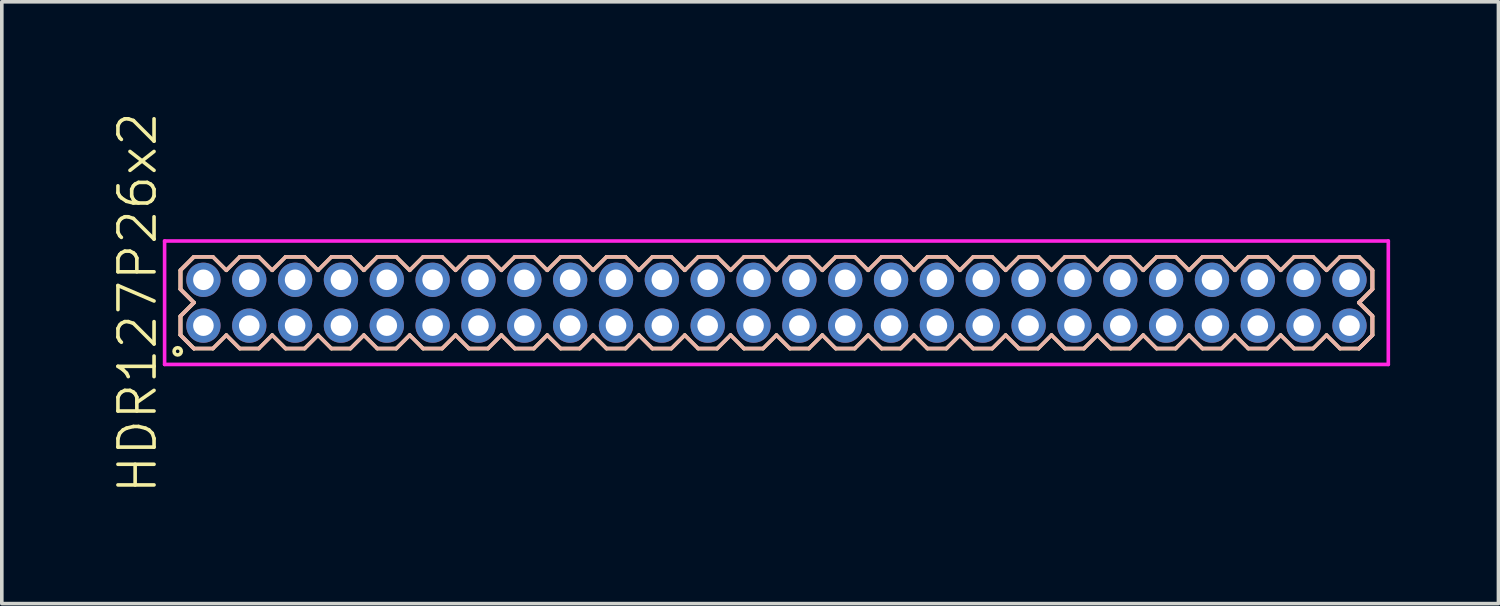
<source format=kicad_pcb>
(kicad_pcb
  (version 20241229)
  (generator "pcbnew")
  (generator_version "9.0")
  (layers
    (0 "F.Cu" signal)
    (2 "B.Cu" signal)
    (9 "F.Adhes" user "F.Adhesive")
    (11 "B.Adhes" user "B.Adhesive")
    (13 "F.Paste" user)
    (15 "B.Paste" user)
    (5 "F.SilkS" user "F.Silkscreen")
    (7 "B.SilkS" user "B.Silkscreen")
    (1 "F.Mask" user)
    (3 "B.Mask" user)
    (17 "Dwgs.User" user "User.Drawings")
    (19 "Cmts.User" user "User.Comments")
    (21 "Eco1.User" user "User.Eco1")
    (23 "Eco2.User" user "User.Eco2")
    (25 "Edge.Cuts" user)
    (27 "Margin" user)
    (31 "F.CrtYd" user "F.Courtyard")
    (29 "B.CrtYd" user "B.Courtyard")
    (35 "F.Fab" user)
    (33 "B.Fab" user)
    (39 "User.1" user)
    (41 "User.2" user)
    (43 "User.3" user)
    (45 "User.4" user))
  (footprint "HDR127P26x2"
    (layer "F.Cu")
    (at 18.46 5.336)
    (property "Reference" "HDR127P26x2" (at -17.7 0 90) (layer "F.SilkS") (effects (font (size 1 1) (thickness 0.1))))
    (attr through_hole)
    (fp_line (start -16.51 -0.898) (end -16.138 -1.27) (stroke (width 0.1) (type solid)) (layer "F.SilkS"))
    (fp_line (start -16.51 -0.898) (end -16.138 -1.27) (stroke (width 0.1) (type solid)) (layer "F.SilkS"))
    (fp_line (start -16.51 -0.372) (end -16.51 -0.898) (stroke (width 0.1) (type solid)) (layer "F.SilkS"))
    (fp_line (start -16.51 -0.372) (end -16.51 -0.898) (stroke (width 0.1) (type solid)) (layer "F.SilkS"))
    (fp_line (start -16.51 0.372) (end -16.138 0) (stroke (width 0.1) (type solid)) (layer "F.SilkS"))
    (fp_line (start -16.51 0.372) (end -16.138 0) (stroke (width 0.1) (type solid)) (layer "F.SilkS"))
    (fp_line (start -16.51 0.898) (end -16.51 0.372) (stroke (width 0.1) (type solid)) (layer "F.SilkS"))
    (fp_line (start -16.51 0.898) (end -16.51 0.372) (stroke (width 0.1) (type solid)) (layer "F.SilkS"))
    (fp_line (start -16.138 -1.27) (end -15.612 -1.27) (stroke (width 0.1) (type solid)) (layer "F.SilkS"))
    (fp_line (start -16.138 0) (end -16.51 -0.372) (stroke (width 0.1) (type solid)) (layer "F.SilkS"))
    (fp_line (start -16.138 0) (end -16.51 -0.372) (stroke (width 0.1) (type solid)) (layer "F.SilkS"))
    (fp_line (start -16.138 1.27) (end -16.51 0.898) (stroke (width 0.1) (type solid)) (layer "F.SilkS"))
    (fp_line (start -16.138 1.27) (end -16.51 0.898) (stroke (width 0.1) (type solid)) (layer "F.SilkS"))
    (fp_line (start -15.612 -1.27) (end -15.24 -0.898) (stroke (width 0.1) (type solid)) (layer "F.SilkS"))
    (fp_line (start -15.612 1.27) (end -16.138 1.27) (stroke (width 0.1) (type solid)) (layer "F.SilkS"))
    (fp_line (start -15.24 -0.898) (end -14.868 -1.27) (stroke (width 0.1) (type solid)) (layer "F.SilkS"))
    (fp_line (start -15.24 0.898) (end -15.612 1.27) (stroke (width 0.1) (type solid)) (layer "F.SilkS"))
    (fp_line (start -14.868 -1.27) (end -14.342 -1.27) (stroke (width 0.1) (type solid)) (layer "F.SilkS"))
    (fp_line (start -14.868 1.27) (end -15.24 0.898) (stroke (width 0.1) (type solid)) (layer "F.SilkS"))
    (fp_line (start -14.342 -1.27) (end -13.97 -0.898) (stroke (width 0.1) (type solid)) (layer "F.SilkS"))
    (fp_line (start -14.342 1.27) (end -14.868 1.27) (stroke (width 0.1) (type solid)) (layer "F.SilkS"))
    (fp_line (start -13.97 -0.898) (end -13.598 -1.27) (stroke (width 0.1) (type solid)) (layer "F.SilkS"))
    (fp_line (start -13.97 0.898) (end -14.342 1.27) (stroke (width 0.1) (type solid)) (layer "F.SilkS"))
    (fp_line (start -13.598 -1.27) (end -13.072 -1.27) (stroke (width 0.1) (type solid)) (layer "F.SilkS"))
    (fp_line (start -13.598 1.27) (end -13.97 0.898) (stroke (width 0.1) (type solid)) (layer "F.SilkS"))
    (fp_line (start -13.072 -1.27) (end -12.7 -0.898) (stroke (width 0.1) (type solid)) (layer "F.SilkS"))
    (fp_line (start -13.072 1.27) (end -13.598 1.27) (stroke (width 0.1) (type solid)) (layer "F.SilkS"))
    (fp_line (start -12.7 -0.898) (end -12.328 -1.27) (stroke (width 0.1) (type solid)) (layer "F.SilkS"))
    (fp_line (start -12.7 0.898) (end -13.072 1.27) (stroke (width 0.1) (type solid)) (layer "F.SilkS"))
    (fp_line (start -12.328 -1.27) (end -11.802 -1.27) (stroke (width 0.1) (type solid)) (layer "F.SilkS"))
    (fp_line (start -12.328 1.27) (end -12.7 0.898) (stroke (width 0.1) (type solid)) (layer "F.SilkS"))
    (fp_line (start -11.802 -1.27) (end -11.43 -0.898) (stroke (width 0.1) (type solid)) (layer "F.SilkS"))
    (fp_line (start -11.802 1.27) (end -12.328 1.27) (stroke (width 0.1) (type solid)) (layer "F.SilkS"))
    (fp_line (start -11.43 -0.898) (end -11.058 -1.27) (stroke (width 0.1) (type solid)) (layer "F.SilkS"))
    (fp_line (start -11.43 0.898) (end -11.802 1.27) (stroke (width 0.1) (type solid)) (layer "F.SilkS"))
    (fp_line (start -11.058 -1.27) (end -10.532 -1.27) (stroke (width 0.1) (type solid)) (layer "F.SilkS"))
    (fp_line (start -11.058 1.27) (end -11.43 0.898) (stroke (width 0.1) (type solid)) (layer "F.SilkS"))
    (fp_line (start -10.532 -1.27) (end -10.16 -0.898) (stroke (width 0.1) (type solid)) (layer "F.SilkS"))
    (fp_line (start -10.532 1.27) (end -11.058 1.27) (stroke (width 0.1) (type solid)) (layer "F.SilkS"))
    (fp_line (start -10.16 -0.898) (end -9.788 -1.27) (stroke (width 0.1) (type solid)) (layer "F.SilkS"))
    (fp_line (start -10.16 0.898) (end -10.532 1.27) (stroke (width 0.1) (type solid)) (layer "F.SilkS"))
    (fp_line (start -9.788 -1.27) (end -9.262 -1.27) (stroke (width 0.1) (type solid)) (layer "F.SilkS"))
    (fp_line (start -9.788 1.27) (end -10.16 0.898) (stroke (width 0.1) (type solid)) (layer "F.SilkS"))
    (fp_line (start -9.262 -1.27) (end -8.89 -0.898) (stroke (width 0.1) (type solid)) (layer "F.SilkS"))
    (fp_line (start -9.262 1.27) (end -9.788 1.27) (stroke (width 0.1) (type solid)) (layer "F.SilkS"))
    (fp_line (start -8.89 -0.898) (end -8.518 -1.27) (stroke (width 0.1) (type solid)) (layer "F.SilkS"))
    (fp_line (start -8.89 0.898) (end -9.262 1.27) (stroke (width 0.1) (type solid)) (layer "F.SilkS"))
    (fp_line (start -8.518 -1.27) (end -7.992 -1.27) (stroke (width 0.1) (type solid)) (layer "F.SilkS"))
    (fp_line (start -8.518 1.27) (end -8.89 0.898) (stroke (width 0.1) (type solid)) (layer "F.SilkS"))
    (fp_line (start -7.992 -1.27) (end -7.62 -0.898) (stroke (width 0.1) (type solid)) (layer "F.SilkS"))
    (fp_line (start -7.992 1.27) (end -8.518 1.27) (stroke (width 0.1) (type solid)) (layer "F.SilkS"))
    (fp_line (start -7.62 -0.898) (end -7.248 -1.27) (stroke (width 0.1) (type solid)) (layer "F.SilkS"))
    (fp_line (start -7.62 0.898) (end -7.992 1.27) (stroke (width 0.1) (type solid)) (layer "F.SilkS"))
    (fp_line (start -7.248 -1.27) (end -6.722 -1.27) (stroke (width 0.1) (type solid)) (layer "F.SilkS"))
    (fp_line (start -7.248 1.27) (end -7.62 0.898) (stroke (width 0.1) (type solid)) (layer "F.SilkS"))
    (fp_line (start -6.722 -1.27) (end -6.35 -0.898) (stroke (width 0.1) (type solid)) (layer "F.SilkS"))
    (fp_line (start -6.722 1.27) (end -7.248 1.27) (stroke (width 0.1) (type solid)) (layer "F.SilkS"))
    (fp_line (start -6.35 -0.898) (end -5.978 -1.27) (stroke (width 0.1) (type solid)) (layer "F.SilkS"))
    (fp_line (start -6.35 0.898) (end -6.722 1.27) (stroke (width 0.1) (type solid)) (layer "F.SilkS"))
    (fp_line (start -5.978 -1.27) (end -5.452 -1.27) (stroke (width 0.1) (type solid)) (layer "F.SilkS"))
    (fp_line (start -5.978 1.27) (end -6.35 0.898) (stroke (width 0.1) (type solid)) (layer "F.SilkS"))
    (fp_line (start -5.452 -1.27) (end -5.08 -0.898) (stroke (width 0.1) (type solid)) (layer "F.SilkS"))
    (fp_line (start -5.452 1.27) (end -5.978 1.27) (stroke (width 0.1) (type solid)) (layer "F.SilkS"))
    (fp_line (start -5.08 -0.898) (end -4.708 -1.27) (stroke (width 0.1) (type solid)) (layer "F.SilkS"))
    (fp_line (start -5.08 0.898) (end -5.452 1.27) (stroke (width 0.1) (type solid)) (layer "F.SilkS"))
    (fp_line (start -4.708 -1.27) (end -4.182 -1.27) (stroke (width 0.1) (type solid)) (layer "F.SilkS"))
    (fp_line (start -4.708 1.27) (end -5.08 0.898) (stroke (width 0.1) (type solid)) (layer "F.SilkS"))
    (fp_line (start -4.182 -1.27) (end -3.81 -0.898) (stroke (width 0.1) (type solid)) (layer "F.SilkS"))
    (fp_line (start -4.182 1.27) (end -4.708 1.27) (stroke (width 0.1) (type solid)) (layer "F.SilkS"))
    (fp_line (start -3.81 -0.898) (end -3.438 -1.27) (stroke (width 0.1) (type solid)) (layer "F.SilkS"))
    (fp_line (start -3.81 0.898) (end -4.182 1.27) (stroke (width 0.1) (type solid)) (layer "F.SilkS"))
    (fp_line (start -3.438 -1.27) (end -2.912 -1.27) (stroke (width 0.1) (type solid)) (layer "F.SilkS"))
    (fp_line (start -3.438 1.27) (end -3.81 0.898) (stroke (width 0.1) (type solid)) (layer "F.SilkS"))
    (fp_line (start -2.912 -1.27) (end -2.54 -0.898) (stroke (width 0.1) (type solid)) (layer "F.SilkS"))
    (fp_line (start -2.912 1.27) (end -3.438 1.27) (stroke (width 0.1) (type solid)) (layer "F.SilkS"))
    (fp_line (start -2.54 -0.898) (end -2.168 -1.27) (stroke (width 0.1) (type solid)) (layer "F.SilkS"))
    (fp_line (start -2.54 0.898) (end -2.912 1.27) (stroke (width 0.1) (type solid)) (layer "F.SilkS"))
    (fp_line (start -2.168 -1.27) (end -1.642 -1.27) (stroke (width 0.1) (type solid)) (layer "F.SilkS"))
    (fp_line (start -2.168 1.27) (end -2.54 0.898) (stroke (width 0.1) (type solid)) (layer "F.SilkS"))
    (fp_line (start -1.642 -1.27) (end -1.27 -0.898) (stroke (width 0.1) (type solid)) (layer "F.SilkS"))
    (fp_line (start -1.642 1.27) (end -2.168 1.27) (stroke (width 0.1) (type solid)) (layer "F.SilkS"))
    (fp_line (start -1.27 -0.898) (end -0.898 -1.27) (stroke (width 0.1) (type solid)) (layer "F.SilkS"))
    (fp_line (start -1.27 0.898) (end -1.642 1.27) (stroke (width 0.1) (type solid)) (layer "F.SilkS"))
    (fp_line (start -0.898 -1.27) (end -0.372 -1.27) (stroke (width 0.1) (type solid)) (layer "F.SilkS"))
    (fp_line (start -0.898 1.27) (end -1.27 0.898) (stroke (width 0.1) (type solid)) (layer "F.SilkS"))
    (fp_line (start -0.372 -1.27) (end 0 -0.898) (stroke (width 0.1) (type solid)) (layer "F.SilkS"))
    (fp_line (start -0.372 1.27) (end -0.898 1.27) (stroke (width 0.1) (type solid)) (layer "F.SilkS"))
    (fp_line (start 0 -0.898) (end 0.372 -1.27) (stroke (width 0.1) (type solid)) (layer "F.SilkS"))
    (fp_line (start 0 0.898) (end -0.372 1.27) (stroke (width 0.1) (type solid)) (layer "F.SilkS"))
    (fp_line (start 0.372 -1.27) (end 0.898 -1.27) (stroke (width 0.1) (type solid)) (layer "F.SilkS"))
    (fp_line (start 0.372 1.27) (end 0 0.898) (stroke (width 0.1) (type solid)) (layer "F.SilkS"))
    (fp_line (start 0.898 -1.27) (end 1.27 -0.898) (stroke (width 0.1) (type solid)) (layer "F.SilkS"))
    (fp_line (start 0.898 1.27) (end 0.372 1.27) (stroke (width 0.1) (type solid)) (layer "F.SilkS"))
    (fp_line (start 1.27 -0.898) (end 1.642 -1.27) (stroke (width 0.1) (type solid)) (layer "F.SilkS"))
    (fp_line (start 1.27 0.898) (end 0.898 1.27) (stroke (width 0.1) (type solid)) (layer "F.SilkS"))
    (fp_line (start 1.642 -1.27) (end 2.168 -1.27) (stroke (width 0.1) (type solid)) (layer "F.SilkS"))
    (fp_line (start 1.642 1.27) (end 1.27 0.898) (stroke (width 0.1) (type solid)) (layer "F.SilkS"))
    (fp_line (start 2.168 -1.27) (end 2.54 -0.898) (stroke (width 0.1) (type solid)) (layer "F.SilkS"))
    (fp_line (start 2.168 1.27) (end 1.642 1.27) (stroke (width 0.1) (type solid)) (layer "F.SilkS"))
    (fp_line (start 2.54 -0.898) (end 2.912 -1.27) (stroke (width 0.1) (type solid)) (layer "F.SilkS"))
    (fp_line (start 2.54 0.898) (end 2.168 1.27) (stroke (width 0.1) (type solid)) (layer "F.SilkS"))
    (fp_line (start 2.912 -1.27) (end 3.438 -1.27) (stroke (width 0.1) (type solid)) (layer "F.SilkS"))
    (fp_line (start 2.912 1.27) (end 2.54 0.898) (stroke (width 0.1) (type solid)) (layer "F.SilkS"))
    (fp_line (start 3.438 -1.27) (end 3.81 -0.898) (stroke (width 0.1) (type solid)) (layer "F.SilkS"))
    (fp_line (start 3.438 1.27) (end 2.912 1.27) (stroke (width 0.1) (type solid)) (layer "F.SilkS"))
    (fp_line (start 3.81 -0.898) (end 4.182 -1.27) (stroke (width 0.1) (type solid)) (layer "F.SilkS"))
    (fp_line (start 3.81 0.898) (end 3.438 1.27) (stroke (width 0.1) (type solid)) (layer "F.SilkS"))
    (fp_line (start 4.182 -1.27) (end 4.708 -1.27) (stroke (width 0.1) (type solid)) (layer "F.SilkS"))
    (fp_line (start 4.182 1.27) (end 3.81 0.898) (stroke (width 0.1) (type solid)) (layer "F.SilkS"))
    (fp_line (start 4.708 -1.27) (end 5.08 -0.898) (stroke (width 0.1) (type solid)) (layer "F.SilkS"))
    (fp_line (start 4.708 1.27) (end 4.182 1.27) (stroke (width 0.1) (type solid)) (layer "F.SilkS"))
    (fp_line (start 5.08 -0.898) (end 5.452 -1.27) (stroke (width 0.1) (type solid)) (layer "F.SilkS"))
    (fp_line (start 5.08 0.898) (end 4.708 1.27) (stroke (width 0.1) (type solid)) (layer "F.SilkS"))
    (fp_line (start 5.452 -1.27) (end 5.978 -1.27) (stroke (width 0.1) (type solid)) (layer "F.SilkS"))
    (fp_line (start 5.452 1.27) (end 5.08 0.898) (stroke (width 0.1) (type solid)) (layer "F.SilkS"))
    (fp_line (start 5.978 -1.27) (end 6.35 -0.898) (stroke (width 0.1) (type solid)) (layer "F.SilkS"))
    (fp_line (start 5.978 1.27) (end 5.452 1.27) (stroke (width 0.1) (type solid)) (layer "F.SilkS"))
    (fp_line (start 6.35 -0.898) (end 6.722 -1.27) (stroke (width 0.1) (type solid)) (layer "F.SilkS"))
    (fp_line (start 6.35 0.898) (end 5.978 1.27) (stroke (width 0.1) (type solid)) (layer "F.SilkS"))
    (fp_line (start 6.722 -1.27) (end 7.248 -1.27) (stroke (width 0.1) (type solid)) (layer "F.SilkS"))
    (fp_line (start 6.722 1.27) (end 6.35 0.898) (stroke (width 0.1) (type solid)) (layer "F.SilkS"))
    (fp_line (start 7.248 -1.27) (end 7.62 -0.898) (stroke (width 0.1) (type solid)) (layer "F.SilkS"))
    (fp_line (start 7.248 1.27) (end 6.722 1.27) (stroke (width 0.1) (type solid)) (layer "F.SilkS"))
    (fp_line (start 7.62 -0.898) (end 7.992 -1.27) (stroke (width 0.1) (type solid)) (layer "F.SilkS"))
    (fp_line (start 7.62 0.898) (end 7.248 1.27) (stroke (width 0.1) (type solid)) (layer "F.SilkS"))
    (fp_line (start 7.992 -1.27) (end 8.518 -1.27) (stroke (width 0.1) (type solid)) (layer "F.SilkS"))
    (fp_line (start 7.992 1.27) (end 7.62 0.898) (stroke (width 0.1) (type solid)) (layer "F.SilkS"))
    (fp_line (start 8.518 -1.27) (end 8.89 -0.898) (stroke (width 0.1) (type solid)) (layer "F.SilkS"))
    (fp_line (start 8.518 1.27) (end 7.992 1.27) (stroke (width 0.1) (type solid)) (layer "F.SilkS"))
    (fp_line (start 8.89 -0.898) (end 9.262 -1.27) (stroke (width 0.1) (type solid)) (layer "F.SilkS"))
    (fp_line (start 8.89 0.898) (end 8.518 1.27) (stroke (width 0.1) (type solid)) (layer "F.SilkS"))
    (fp_line (start 9.262 -1.27) (end 9.788 -1.27) (stroke (width 0.1) (type solid)) (layer "F.SilkS"))
    (fp_line (start 9.262 1.27) (end 8.89 0.898) (stroke (width 0.1) (type solid)) (layer "F.SilkS"))
    (fp_line (start 9.788 -1.27) (end 10.16 -0.898) (stroke (width 0.1) (type solid)) (layer "F.SilkS"))
    (fp_line (start 9.788 1.27) (end 9.262 1.27) (stroke (width 0.1) (type solid)) (layer "F.SilkS"))
    (fp_line (start 10.16 -0.898) (end 10.532 -1.27) (stroke (width 0.1) (type solid)) (layer "F.SilkS"))
    (fp_line (start 10.16 0.898) (end 9.788 1.27) (stroke (width 0.1) (type solid)) (layer "F.SilkS"))
    (fp_line (start 10.532 -1.27) (end 11.058 -1.27) (stroke (width 0.1) (type solid)) (layer "F.SilkS"))
    (fp_line (start 10.532 1.27) (end 10.16 0.898) (stroke (width 0.1) (type solid)) (layer "F.SilkS"))
    (fp_line (start 11.058 -1.27) (end 11.43 -0.898) (stroke (width 0.1) (type solid)) (layer "F.SilkS"))
    (fp_line (start 11.058 1.27) (end 10.532 1.27) (stroke (width 0.1) (type solid)) (layer "F.SilkS"))
    (fp_line (start 11.43 -0.898) (end 11.802 -1.27) (stroke (width 0.1) (type solid)) (layer "F.SilkS"))
    (fp_line (start 11.43 0.898) (end 11.058 1.27) (stroke (width 0.1) (type solid)) (layer "F.SilkS"))
    (fp_line (start 11.802 -1.27) (end 12.328 -1.27) (stroke (width 0.1) (type solid)) (layer "F.SilkS"))
    (fp_line (start 11.802 1.27) (end 11.43 0.898) (stroke (width 0.1) (type solid)) (layer "F.SilkS"))
    (fp_line (start 12.328 -1.27) (end 12.7 -0.898) (stroke (width 0.1) (type solid)) (layer "F.SilkS"))
    (fp_line (start 12.328 1.27) (end 11.802 1.27) (stroke (width 0.1) (type solid)) (layer "F.SilkS"))
    (fp_line (start 12.7 -0.898) (end 13.072 -1.27) (stroke (width 0.1) (type solid)) (layer "F.SilkS"))
    (fp_line (start 12.7 0.898) (end 12.328 1.27) (stroke (width 0.1) (type solid)) (layer "F.SilkS"))
    (fp_line (start 13.072 -1.27) (end 13.598 -1.27) (stroke (width 0.1) (type solid)) (layer "F.SilkS"))
    (fp_line (start 13.072 1.27) (end 12.7 0.898) (stroke (width 0.1) (type solid)) (layer "F.SilkS"))
    (fp_line (start 13.598 -1.27) (end 13.97 -0.898) (stroke (width 0.1) (type solid)) (layer "F.SilkS"))
    (fp_line (start 13.598 1.27) (end 13.072 1.27) (stroke (width 0.1) (type solid)) (layer "F.SilkS"))
    (fp_line (start 13.97 -0.898) (end 14.342 -1.27) (stroke (width 0.1) (type solid)) (layer "F.SilkS"))
    (fp_line (start 13.97 0.898) (end 13.598 1.27) (stroke (width 0.1) (type solid)) (layer "F.SilkS"))
    (fp_line (start 14.342 -1.27) (end 14.868 -1.27) (stroke (width 0.1) (type solid)) (layer "F.SilkS"))
    (fp_line (start 14.342 1.27) (end 13.97 0.898) (stroke (width 0.1) (type solid)) (layer "F.SilkS"))
    (fp_line (start 14.868 -1.27) (end 15.24 -0.898) (stroke (width 0.1) (type solid)) (layer "F.SilkS"))
    (fp_line (start 14.868 1.27) (end 14.342 1.27) (stroke (width 0.1) (type solid)) (layer "F.SilkS"))
    (fp_line (start 15.24 -0.898) (end 15.612 -1.27) (stroke (width 0.1) (type solid)) (layer "F.SilkS"))
    (fp_line (start 15.24 0.898) (end 14.868 1.27) (stroke (width 0.1) (type solid)) (layer "F.SilkS"))
    (fp_line (start 15.612 -1.27) (end 16.138 -1.27) (stroke (width 0.1) (type solid)) (layer "F.SilkS"))
    (fp_line (start 15.612 1.27) (end 15.24 0.898) (stroke (width 0.1) (type solid)) (layer "F.SilkS"))
    (fp_line (start 16.138 -1.27) (end 16.51 -0.898) (stroke (width 0.1) (type solid)) (layer "F.SilkS"))
    (fp_line (start 16.138 -1.27) (end 16.51 -0.898) (stroke (width 0.1) (type solid)) (layer "F.SilkS"))
    (fp_line (start 16.138 0) (end 16.51 0.372) (stroke (width 0.1) (type solid)) (layer "F.SilkS"))
    (fp_line (start 16.138 0) (end 16.51 0.372) (stroke (width 0.1) (type solid)) (layer "F.SilkS"))
    (fp_line (start 16.138 1.27) (end 15.612 1.27) (stroke (width 0.1) (type solid)) (layer "F.SilkS"))
    (fp_line (start 16.51 -0.898) (end 16.51 -0.372) (stroke (width 0.1) (type solid)) (layer "F.SilkS"))
    (fp_line (start 16.51 -0.898) (end 16.51 -0.372) (stroke (width 0.1) (type solid)) (layer "F.SilkS"))
    (fp_line (start 16.51 -0.372) (end 16.138 0) (stroke (width 0.1) (type solid)) (layer "F.SilkS"))
    (fp_line (start 16.51 -0.372) (end 16.138 0) (stroke (width 0.1) (type solid)) (layer "F.SilkS"))
    (fp_line (start 16.51 0.372) (end 16.51 0.898) (stroke (width 0.1) (type solid)) (layer "F.SilkS"))
    (fp_line (start 16.51 0.372) (end 16.51 0.898) (stroke (width 0.1) (type solid)) (layer "F.SilkS"))
    (fp_line (start 16.51 0.898) (end 16.138 1.27) (stroke (width 0.1) (type solid)) (layer "F.SilkS"))
    (fp_line (start 16.51 0.898) (end 16.138 1.27) (stroke (width 0.1) (type solid)) (layer "F.SilkS"))
    (fp_circle (center -16.588 1.347) (end -16.488 1.347) (stroke (width 0.1) (type solid)) (fill no) (layer "F.SilkS"))
    (fp_line (start -16.51 -0.898) (end -16.138 -1.27) (stroke (width 0.1) (type solid)) (layer "B.SilkS"))
    (fp_line (start -16.51 -0.898) (end -16.138 -1.27) (stroke (width 0.1) (type solid)) (layer "B.SilkS"))
    (fp_line (start -16.51 -0.372) (end -16.51 -0.898) (stroke (width 0.1) (type solid)) (layer "B.SilkS"))
    (fp_line (start -16.51 -0.372) (end -16.51 -0.898) (stroke (width 0.1) (type solid)) (layer "B.SilkS"))
    (fp_line (start -16.51 0.372) (end -16.138 0) (stroke (width 0.1) (type solid)) (layer "B.SilkS"))
    (fp_line (start -16.51 0.372) (end -16.138 0) (stroke (width 0.1) (type solid)) (layer "B.SilkS"))
    (fp_line (start -16.51 0.898) (end -16.51 0.372) (stroke (width 0.1) (type solid)) (layer "B.SilkS"))
    (fp_line (start -16.51 0.898) (end -16.51 0.372) (stroke (width 0.1) (type solid)) (layer "B.SilkS"))
    (fp_line (start -16.138 -1.27) (end -15.612 -1.27) (stroke (width 0.1) (type solid)) (layer "B.SilkS"))
    (fp_line (start -16.138 0) (end -16.51 -0.372) (stroke (width 0.1) (type solid)) (layer "B.SilkS"))
    (fp_line (start -16.138 0) (end -16.51 -0.372) (stroke (width 0.1) (type solid)) (layer "B.SilkS"))
    (fp_line (start -16.138 1.27) (end -16.51 0.898) (stroke (width 0.1) (type solid)) (layer "B.SilkS"))
    (fp_line (start -16.138 1.27) (end -16.51 0.898) (stroke (width 0.1) (type solid)) (layer "B.SilkS"))
    (fp_line (start -15.612 -1.27) (end -15.24 -0.898) (stroke (width 0.1) (type solid)) (layer "B.SilkS"))
    (fp_line (start -15.612 1.27) (end -16.138 1.27) (stroke (width 0.1) (type solid)) (layer "B.SilkS"))
    (fp_line (start -15.24 -0.898) (end -14.868 -1.27) (stroke (width 0.1) (type solid)) (layer "B.SilkS"))
    (fp_line (start -15.24 0.898) (end -15.612 1.27) (stroke (width 0.1) (type solid)) (layer "B.SilkS"))
    (fp_line (start -14.868 -1.27) (end -14.342 -1.27) (stroke (width 0.1) (type solid)) (layer "B.SilkS"))
    (fp_line (start -14.868 1.27) (end -15.24 0.898) (stroke (width 0.1) (type solid)) (layer "B.SilkS"))
    (fp_line (start -14.342 -1.27) (end -13.97 -0.898) (stroke (width 0.1) (type solid)) (layer "B.SilkS"))
    (fp_line (start -14.342 1.27) (end -14.868 1.27) (stroke (width 0.1) (type solid)) (layer "B.SilkS"))
    (fp_line (start -13.97 -0.898) (end -13.598 -1.27) (stroke (width 0.1) (type solid)) (layer "B.SilkS"))
    (fp_line (start -13.97 0.898) (end -14.342 1.27) (stroke (width 0.1) (type solid)) (layer "B.SilkS"))
    (fp_line (start -13.598 -1.27) (end -13.072 -1.27) (stroke (width 0.1) (type solid)) (layer "B.SilkS"))
    (fp_line (start -13.598 1.27) (end -13.97 0.898) (stroke (width 0.1) (type solid)) (layer "B.SilkS"))
    (fp_line (start -13.072 -1.27) (end -12.7 -0.898) (stroke (width 0.1) (type solid)) (layer "B.SilkS"))
    (fp_line (start -13.072 1.27) (end -13.598 1.27) (stroke (width 0.1) (type solid)) (layer "B.SilkS"))
    (fp_line (start -12.7 -0.898) (end -12.328 -1.27) (stroke (width 0.1) (type solid)) (layer "B.SilkS"))
    (fp_line (start -12.7 0.898) (end -13.072 1.27) (stroke (width 0.1) (type solid)) (layer "B.SilkS"))
    (fp_line (start -12.328 -1.27) (end -11.802 -1.27) (stroke (width 0.1) (type solid)) (layer "B.SilkS"))
    (fp_line (start -12.328 1.27) (end -12.7 0.898) (stroke (width 0.1) (type solid)) (layer "B.SilkS"))
    (fp_line (start -11.802 -1.27) (end -11.43 -0.898) (stroke (width 0.1) (type solid)) (layer "B.SilkS"))
    (fp_line (start -11.802 1.27) (end -12.328 1.27) (stroke (width 0.1) (type solid)) (layer "B.SilkS"))
    (fp_line (start -11.43 -0.898) (end -11.058 -1.27) (stroke (width 0.1) (type solid)) (layer "B.SilkS"))
    (fp_line (start -11.43 0.898) (end -11.802 1.27) (stroke (width 0.1) (type solid)) (layer "B.SilkS"))
    (fp_line (start -11.058 -1.27) (end -10.532 -1.27) (stroke (width 0.1) (type solid)) (layer "B.SilkS"))
    (fp_line (start -11.058 1.27) (end -11.43 0.898) (stroke (width 0.1) (type solid)) (layer "B.SilkS"))
    (fp_line (start -10.532 -1.27) (end -10.16 -0.898) (stroke (width 0.1) (type solid)) (layer "B.SilkS"))
    (fp_line (start -10.532 1.27) (end -11.058 1.27) (stroke (width 0.1) (type solid)) (layer "B.SilkS"))
    (fp_line (start -10.16 -0.898) (end -9.788 -1.27) (stroke (width 0.1) (type solid)) (layer "B.SilkS"))
    (fp_line (start -10.16 0.898) (end -10.532 1.27) (stroke (width 0.1) (type solid)) (layer "B.SilkS"))
    (fp_line (start -9.788 -1.27) (end -9.262 -1.27) (stroke (width 0.1) (type solid)) (layer "B.SilkS"))
    (fp_line (start -9.788 1.27) (end -10.16 0.898) (stroke (width 0.1) (type solid)) (layer "B.SilkS"))
    (fp_line (start -9.262 -1.27) (end -8.89 -0.898) (stroke (width 0.1) (type solid)) (layer "B.SilkS"))
    (fp_line (start -9.262 1.27) (end -9.788 1.27) (stroke (width 0.1) (type solid)) (layer "B.SilkS"))
    (fp_line (start -8.89 -0.898) (end -8.518 -1.27) (stroke (width 0.1) (type solid)) (layer "B.SilkS"))
    (fp_line (start -8.89 0.898) (end -9.262 1.27) (stroke (width 0.1) (type solid)) (layer "B.SilkS"))
    (fp_line (start -8.518 -1.27) (end -7.992 -1.27) (stroke (width 0.1) (type solid)) (layer "B.SilkS"))
    (fp_line (start -8.518 1.27) (end -8.89 0.898) (stroke (width 0.1) (type solid)) (layer "B.SilkS"))
    (fp_line (start -7.992 -1.27) (end -7.62 -0.898) (stroke (width 0.1) (type solid)) (layer "B.SilkS"))
    (fp_line (start -7.992 1.27) (end -8.518 1.27) (stroke (width 0.1) (type solid)) (layer "B.SilkS"))
    (fp_line (start -7.62 -0.898) (end -7.248 -1.27) (stroke (width 0.1) (type solid)) (layer "B.SilkS"))
    (fp_line (start -7.62 0.898) (end -7.992 1.27) (stroke (width 0.1) (type solid)) (layer "B.SilkS"))
    (fp_line (start -7.248 -1.27) (end -6.722 -1.27) (stroke (width 0.1) (type solid)) (layer "B.SilkS"))
    (fp_line (start -7.248 1.27) (end -7.62 0.898) (stroke (width 0.1) (type solid)) (layer "B.SilkS"))
    (fp_line (start -6.722 -1.27) (end -6.35 -0.898) (stroke (width 0.1) (type solid)) (layer "B.SilkS"))
    (fp_line (start -6.722 1.27) (end -7.248 1.27) (stroke (width 0.1) (type solid)) (layer "B.SilkS"))
    (fp_line (start -6.35 -0.898) (end -5.978 -1.27) (stroke (width 0.1) (type solid)) (layer "B.SilkS"))
    (fp_line (start -6.35 0.898) (end -6.722 1.27) (stroke (width 0.1) (type solid)) (layer "B.SilkS"))
    (fp_line (start -5.978 -1.27) (end -5.452 -1.27) (stroke (width 0.1) (type solid)) (layer "B.SilkS"))
    (fp_line (start -5.978 1.27) (end -6.35 0.898) (stroke (width 0.1) (type solid)) (layer "B.SilkS"))
    (fp_line (start -5.452 -1.27) (end -5.08 -0.898) (stroke (width 0.1) (type solid)) (layer "B.SilkS"))
    (fp_line (start -5.452 1.27) (end -5.978 1.27) (stroke (width 0.1) (type solid)) (layer "B.SilkS"))
    (fp_line (start -5.08 -0.898) (end -4.708 -1.27) (stroke (width 0.1) (type solid)) (layer "B.SilkS"))
    (fp_line (start -5.08 0.898) (end -5.452 1.27) (stroke (width 0.1) (type solid)) (layer "B.SilkS"))
    (fp_line (start -4.708 -1.27) (end -4.182 -1.27) (stroke (width 0.1) (type solid)) (layer "B.SilkS"))
    (fp_line (start -4.708 1.27) (end -5.08 0.898) (stroke (width 0.1) (type solid)) (layer "B.SilkS"))
    (fp_line (start -4.182 -1.27) (end -3.81 -0.898) (stroke (width 0.1) (type solid)) (layer "B.SilkS"))
    (fp_line (start -4.182 1.27) (end -4.708 1.27) (stroke (width 0.1) (type solid)) (layer "B.SilkS"))
    (fp_line (start -3.81 -0.898) (end -3.438 -1.27) (stroke (width 0.1) (type solid)) (layer "B.SilkS"))
    (fp_line (start -3.81 0.898) (end -4.182 1.27) (stroke (width 0.1) (type solid)) (layer "B.SilkS"))
    (fp_line (start -3.438 -1.27) (end -2.912 -1.27) (stroke (width 0.1) (type solid)) (layer "B.SilkS"))
    (fp_line (start -3.438 1.27) (end -3.81 0.898) (stroke (width 0.1) (type solid)) (layer "B.SilkS"))
    (fp_line (start -2.912 -1.27) (end -2.54 -0.898) (stroke (width 0.1) (type solid)) (layer "B.SilkS"))
    (fp_line (start -2.912 1.27) (end -3.438 1.27) (stroke (width 0.1) (type solid)) (layer "B.SilkS"))
    (fp_line (start -2.54 -0.898) (end -2.168 -1.27) (stroke (width 0.1) (type solid)) (layer "B.SilkS"))
    (fp_line (start -2.54 0.898) (end -2.912 1.27) (stroke (width 0.1) (type solid)) (layer "B.SilkS"))
    (fp_line (start -2.168 -1.27) (end -1.642 -1.27) (stroke (width 0.1) (type solid)) (layer "B.SilkS"))
    (fp_line (start -2.168 1.27) (end -2.54 0.898) (stroke (width 0.1) (type solid)) (layer "B.SilkS"))
    (fp_line (start -1.642 -1.27) (end -1.27 -0.898) (stroke (width 0.1) (type solid)) (layer "B.SilkS"))
    (fp_line (start -1.642 1.27) (end -2.168 1.27) (stroke (width 0.1) (type solid)) (layer "B.SilkS"))
    (fp_line (start -1.27 -0.898) (end -0.898 -1.27) (stroke (width 0.1) (type solid)) (layer "B.SilkS"))
    (fp_line (start -1.27 0.898) (end -1.642 1.27) (stroke (width 0.1) (type solid)) (layer "B.SilkS"))
    (fp_line (start -0.898 -1.27) (end -0.372 -1.27) (stroke (width 0.1) (type solid)) (layer "B.SilkS"))
    (fp_line (start -0.898 1.27) (end -1.27 0.898) (stroke (width 0.1) (type solid)) (layer "B.SilkS"))
    (fp_line (start -0.372 -1.27) (end 0 -0.898) (stroke (width 0.1) (type solid)) (layer "B.SilkS"))
    (fp_line (start -0.372 1.27) (end -0.898 1.27) (stroke (width 0.1) (type solid)) (layer "B.SilkS"))
    (fp_line (start 0 -0.898) (end 0.372 -1.27) (stroke (width 0.1) (type solid)) (layer "B.SilkS"))
    (fp_line (start 0 0.898) (end -0.372 1.27) (stroke (width 0.1) (type solid)) (layer "B.SilkS"))
    (fp_line (start 0.372 -1.27) (end 0.898 -1.27) (stroke (width 0.1) (type solid)) (layer "B.SilkS"))
    (fp_line (start 0.372 1.27) (end 0 0.898) (stroke (width 0.1) (type solid)) (layer "B.SilkS"))
    (fp_line (start 0.898 -1.27) (end 1.27 -0.898) (stroke (width 0.1) (type solid)) (layer "B.SilkS"))
    (fp_line (start 0.898 1.27) (end 0.372 1.27) (stroke (width 0.1) (type solid)) (layer "B.SilkS"))
    (fp_line (start 1.27 -0.898) (end 1.642 -1.27) (stroke (width 0.1) (type solid)) (layer "B.SilkS"))
    (fp_line (start 1.27 0.898) (end 0.898 1.27) (stroke (width 0.1) (type solid)) (layer "B.SilkS"))
    (fp_line (start 1.642 -1.27) (end 2.168 -1.27) (stroke (width 0.1) (type solid)) (layer "B.SilkS"))
    (fp_line (start 1.642 1.27) (end 1.27 0.898) (stroke (width 0.1) (type solid)) (layer "B.SilkS"))
    (fp_line (start 2.168 -1.27) (end 2.54 -0.898) (stroke (width 0.1) (type solid)) (layer "B.SilkS"))
    (fp_line (start 2.168 1.27) (end 1.642 1.27) (stroke (width 0.1) (type solid)) (layer "B.SilkS"))
    (fp_line (start 2.54 -0.898) (end 2.912 -1.27) (stroke (width 0.1) (type solid)) (layer "B.SilkS"))
    (fp_line (start 2.54 0.898) (end 2.168 1.27) (stroke (width 0.1) (type solid)) (layer "B.SilkS"))
    (fp_line (start 2.912 -1.27) (end 3.438 -1.27) (stroke (width 0.1) (type solid)) (layer "B.SilkS"))
    (fp_line (start 2.912 1.27) (end 2.54 0.898) (stroke (width 0.1) (type solid)) (layer "B.SilkS"))
    (fp_line (start 3.438 -1.27) (end 3.81 -0.898) (stroke (width 0.1) (type solid)) (layer "B.SilkS"))
    (fp_line (start 3.438 1.27) (end 2.912 1.27) (stroke (width 0.1) (type solid)) (layer "B.SilkS"))
    (fp_line (start 3.81 -0.898) (end 4.182 -1.27) (stroke (width 0.1) (type solid)) (layer "B.SilkS"))
    (fp_line (start 3.81 0.898) (end 3.438 1.27) (stroke (width 0.1) (type solid)) (layer "B.SilkS"))
    (fp_line (start 4.182 -1.27) (end 4.708 -1.27) (stroke (width 0.1) (type solid)) (layer "B.SilkS"))
    (fp_line (start 4.182 1.27) (end 3.81 0.898) (stroke (width 0.1) (type solid)) (layer "B.SilkS"))
    (fp_line (start 4.708 -1.27) (end 5.08 -0.898) (stroke (width 0.1) (type solid)) (layer "B.SilkS"))
    (fp_line (start 4.708 1.27) (end 4.182 1.27) (stroke (width 0.1) (type solid)) (layer "B.SilkS"))
    (fp_line (start 5.08 -0.898) (end 5.452 -1.27) (stroke (width 0.1) (type solid)) (layer "B.SilkS"))
    (fp_line (start 5.08 0.898) (end 4.708 1.27) (stroke (width 0.1) (type solid)) (layer "B.SilkS"))
    (fp_line (start 5.452 -1.27) (end 5.978 -1.27) (stroke (width 0.1) (type solid)) (layer "B.SilkS"))
    (fp_line (start 5.452 1.27) (end 5.08 0.898) (stroke (width 0.1) (type solid)) (layer "B.SilkS"))
    (fp_line (start 5.978 -1.27) (end 6.35 -0.898) (stroke (width 0.1) (type solid)) (layer "B.SilkS"))
    (fp_line (start 5.978 1.27) (end 5.452 1.27) (stroke (width 0.1) (type solid)) (layer "B.SilkS"))
    (fp_line (start 6.35 -0.898) (end 6.722 -1.27) (stroke (width 0.1) (type solid)) (layer "B.SilkS"))
    (fp_line (start 6.35 0.898) (end 5.978 1.27) (stroke (width 0.1) (type solid)) (layer "B.SilkS"))
    (fp_line (start 6.722 -1.27) (end 7.248 -1.27) (stroke (width 0.1) (type solid)) (layer "B.SilkS"))
    (fp_line (start 6.722 1.27) (end 6.35 0.898) (stroke (width 0.1) (type solid)) (layer "B.SilkS"))
    (fp_line (start 7.248 -1.27) (end 7.62 -0.898) (stroke (width 0.1) (type solid)) (layer "B.SilkS"))
    (fp_line (start 7.248 1.27) (end 6.722 1.27) (stroke (width 0.1) (type solid)) (layer "B.SilkS"))
    (fp_line (start 7.62 -0.898) (end 7.992 -1.27) (stroke (width 0.1) (type solid)) (layer "B.SilkS"))
    (fp_line (start 7.62 0.898) (end 7.248 1.27) (stroke (width 0.1) (type solid)) (layer "B.SilkS"))
    (fp_line (start 7.992 -1.27) (end 8.518 -1.27) (stroke (width 0.1) (type solid)) (layer "B.SilkS"))
    (fp_line (start 7.992 1.27) (end 7.62 0.898) (stroke (width 0.1) (type solid)) (layer "B.SilkS"))
    (fp_line (start 8.518 -1.27) (end 8.89 -0.898) (stroke (width 0.1) (type solid)) (layer "B.SilkS"))
    (fp_line (start 8.518 1.27) (end 7.992 1.27) (stroke (width 0.1) (type solid)) (layer "B.SilkS"))
    (fp_line (start 8.89 -0.898) (end 9.262 -1.27) (stroke (width 0.1) (type solid)) (layer "B.SilkS"))
    (fp_line (start 8.89 0.898) (end 8.518 1.27) (stroke (width 0.1) (type solid)) (layer "B.SilkS"))
    (fp_line (start 9.262 -1.27) (end 9.788 -1.27) (stroke (width 0.1) (type solid)) (layer "B.SilkS"))
    (fp_line (start 9.262 1.27) (end 8.89 0.898) (stroke (width 0.1) (type solid)) (layer "B.SilkS"))
    (fp_line (start 9.788 -1.27) (end 10.16 -0.898) (stroke (width 0.1) (type solid)) (layer "B.SilkS"))
    (fp_line (start 9.788 1.27) (end 9.262 1.27) (stroke (width 0.1) (type solid)) (layer "B.SilkS"))
    (fp_line (start 10.16 -0.898) (end 10.532 -1.27) (stroke (width 0.1) (type solid)) (layer "B.SilkS"))
    (fp_line (start 10.16 0.898) (end 9.788 1.27) (stroke (width 0.1) (type solid)) (layer "B.SilkS"))
    (fp_line (start 10.532 -1.27) (end 11.058 -1.27) (stroke (width 0.1) (type solid)) (layer "B.SilkS"))
    (fp_line (start 10.532 1.27) (end 10.16 0.898) (stroke (width 0.1) (type solid)) (layer "B.SilkS"))
    (fp_line (start 11.058 -1.27) (end 11.43 -0.898) (stroke (width 0.1) (type solid)) (layer "B.SilkS"))
    (fp_line (start 11.058 1.27) (end 10.532 1.27) (stroke (width 0.1) (type solid)) (layer "B.SilkS"))
    (fp_line (start 11.43 -0.898) (end 11.802 -1.27) (stroke (width 0.1) (type solid)) (layer "B.SilkS"))
    (fp_line (start 11.43 0.898) (end 11.058 1.27) (stroke (width 0.1) (type solid)) (layer "B.SilkS"))
    (fp_line (start 11.802 -1.27) (end 12.328 -1.27) (stroke (width 0.1) (type solid)) (layer "B.SilkS"))
    (fp_line (start 11.802 1.27) (end 11.43 0.898) (stroke (width 0.1) (type solid)) (layer "B.SilkS"))
    (fp_line (start 12.328 -1.27) (end 12.7 -0.898) (stroke (width 0.1) (type solid)) (layer "B.SilkS"))
    (fp_line (start 12.328 1.27) (end 11.802 1.27) (stroke (width 0.1) (type solid)) (layer "B.SilkS"))
    (fp_line (start 12.7 -0.898) (end 13.072 -1.27) (stroke (width 0.1) (type solid)) (layer "B.SilkS"))
    (fp_line (start 12.7 0.898) (end 12.328 1.27) (stroke (width 0.1) (type solid)) (layer "B.SilkS"))
    (fp_line (start 13.072 -1.27) (end 13.598 -1.27) (stroke (width 0.1) (type solid)) (layer "B.SilkS"))
    (fp_line (start 13.072 1.27) (end 12.7 0.898) (stroke (width 0.1) (type solid)) (layer "B.SilkS"))
    (fp_line (start 13.598 -1.27) (end 13.97 -0.898) (stroke (width 0.1) (type solid)) (layer "B.SilkS"))
    (fp_line (start 13.598 1.27) (end 13.072 1.27) (stroke (width 0.1) (type solid)) (layer "B.SilkS"))
    (fp_line (start 13.97 -0.898) (end 14.342 -1.27) (stroke (width 0.1) (type solid)) (layer "B.SilkS"))
    (fp_line (start 13.97 0.898) (end 13.598 1.27) (stroke (width 0.1) (type solid)) (layer "B.SilkS"))
    (fp_line (start 14.342 -1.27) (end 14.868 -1.27) (stroke (width 0.1) (type solid)) (layer "B.SilkS"))
    (fp_line (start 14.342 1.27) (end 13.97 0.898) (stroke (width 0.1) (type solid)) (layer "B.SilkS"))
    (fp_line (start 14.868 -1.27) (end 15.24 -0.898) (stroke (width 0.1) (type solid)) (layer "B.SilkS"))
    (fp_line (start 14.868 1.27) (end 14.342 1.27) (stroke (width 0.1) (type solid)) (layer "B.SilkS"))
    (fp_line (start 15.24 -0.898) (end 15.612 -1.27) (stroke (width 0.1) (type solid)) (layer "B.SilkS"))
    (fp_line (start 15.24 0.898) (end 14.868 1.27) (stroke (width 0.1) (type solid)) (layer "B.SilkS"))
    (fp_line (start 15.612 -1.27) (end 16.138 -1.27) (stroke (width 0.1) (type solid)) (layer "B.SilkS"))
    (fp_line (start 15.612 1.27) (end 15.24 0.898) (stroke (width 0.1) (type solid)) (layer "B.SilkS"))
    (fp_line (start 16.138 -1.27) (end 16.51 -0.898) (stroke (width 0.1) (type solid)) (layer "B.SilkS"))
    (fp_line (start 16.138 -1.27) (end 16.51 -0.898) (stroke (width 0.1) (type solid)) (layer "B.SilkS"))
    (fp_line (start 16.138 0) (end 16.51 0.372) (stroke (width 0.1) (type solid)) (layer "B.SilkS"))
    (fp_line (start 16.138 0) (end 16.51 0.372) (stroke (width 0.1) (type solid)) (layer "B.SilkS"))
    (fp_line (start 16.138 1.27) (end 15.612 1.27) (stroke (width 0.1) (type solid)) (layer "B.SilkS"))
    (fp_line (start 16.51 -0.898) (end 16.51 -0.372) (stroke (width 0.1) (type solid)) (layer "B.SilkS"))
    (fp_line (start 16.51 -0.898) (end 16.51 -0.372) (stroke (width 0.1) (type solid)) (layer "B.SilkS"))
    (fp_line (start 16.51 -0.372) (end 16.138 0) (stroke (width 0.1) (type solid)) (layer "B.SilkS"))
    (fp_line (start 16.51 -0.372) (end 16.138 0) (stroke (width 0.1) (type solid)) (layer "B.SilkS"))
    (fp_line (start 16.51 0.372) (end 16.51 0.898) (stroke (width 0.1) (type solid)) (layer "B.SilkS"))
    (fp_line (start 16.51 0.372) (end 16.51 0.898) (stroke (width 0.1) (type solid)) (layer "B.SilkS"))
    (fp_line (start 16.51 0.898) (end 16.138 1.27) (stroke (width 0.1) (type solid)) (layer "B.SilkS"))
    (fp_line (start 16.51 0.898) (end 16.138 1.27) (stroke (width 0.1) (type solid)) (layer "B.SilkS"))
    (fp_line (start -16.95 -1.71) (end -16.95 1.71) (stroke (width 0.1) (type solid)) (layer "F.CrtYd"))
    (fp_line (start -16.95 1.71) (end 16.95 1.71) (stroke (width 0.1) (type solid)) (layer "F.CrtYd"))
    (fp_line (start 16.95 -1.71) (end -16.95 -1.71) (stroke (width 0.1) (type solid)) (layer "F.CrtYd"))
    (fp_line (start 16.95 1.71) (end 16.95 -1.71) (stroke (width 0.1) (type solid)) (layer "F.CrtYd"))
    (pad "1" thru_hole oval (at -15.875 0.635) (size 0.95 0.95) (drill 0.57) (layers "*.Cu" "*.Mask"))
    (pad "2" thru_hole oval (at -15.875 -0.635) (size 0.95 0.95) (drill 0.57) (layers "*.Cu" "*.Mask"))
    (pad "3" thru_hole oval (at -14.605 0.635) (size 0.95 0.95) (drill 0.57) (layers "*.Cu" "*.Mask"))
    (pad "4" thru_hole oval (at -14.605 -0.635) (size 0.95 0.95) (drill 0.57) (layers "*.Cu" "*.Mask"))
    (pad "5" thru_hole oval (at -13.335 0.635) (size 0.95 0.95) (drill 0.57) (layers "*.Cu" "*.Mask"))
    (pad "6" thru_hole oval (at -13.335 -0.635) (size 0.95 0.95) (drill 0.57) (layers "*.Cu" "*.Mask"))
    (pad "7" thru_hole oval (at -12.065 0.635) (size 0.95 0.95) (drill 0.57) (layers "*.Cu" "*.Mask"))
    (pad "8" thru_hole oval (at -12.065 -0.635) (size 0.95 0.95) (drill 0.57) (layers "*.Cu" "*.Mask"))
    (pad "9" thru_hole oval (at -10.795 0.635) (size 0.95 0.95) (drill 0.57) (layers "*.Cu" "*.Mask"))
    (pad "10" thru_hole oval (at -10.795 -0.635) (size 0.95 0.95) (drill 0.57) (layers "*.Cu" "*.Mask"))
    (pad "11" thru_hole oval (at -9.525 0.635) (size 0.95 0.95) (drill 0.57) (layers "*.Cu" "*.Mask"))
    (pad "12" thru_hole oval (at -9.525 -0.635) (size 0.95 0.95) (drill 0.57) (layers "*.Cu" "*.Mask"))
    (pad "13" thru_hole oval (at -8.255 0.635) (size 0.95 0.95) (drill 0.57) (layers "*.Cu" "*.Mask"))
    (pad "14" thru_hole oval (at -8.255 -0.635) (size 0.95 0.95) (drill 0.57) (layers "*.Cu" "*.Mask"))
    (pad "15" thru_hole oval (at -6.985 0.635) (size 0.95 0.95) (drill 0.57) (layers "*.Cu" "*.Mask"))
    (pad "16" thru_hole oval (at -6.985 -0.635) (size 0.95 0.95) (drill 0.57) (layers "*.Cu" "*.Mask"))
    (pad "17" thru_hole oval (at -5.715 0.635) (size 0.95 0.95) (drill 0.57) (layers "*.Cu" "*.Mask"))
    (pad "18" thru_hole oval (at -5.715 -0.635) (size 0.95 0.95) (drill 0.57) (layers "*.Cu" "*.Mask"))
    (pad "19" thru_hole oval (at -4.445 0.635) (size 0.95 0.95) (drill 0.57) (layers "*.Cu" "*.Mask"))
    (pad "20" thru_hole oval (at -4.445 -0.635) (size 0.95 0.95) (drill 0.57) (layers "*.Cu" "*.Mask"))
    (pad "21" thru_hole oval (at -3.175 0.635) (size 0.95 0.95) (drill 0.57) (layers "*.Cu" "*.Mask"))
    (pad "22" thru_hole oval (at -3.175 -0.635) (size 0.95 0.95) (drill 0.57) (layers "*.Cu" "*.Mask"))
    (pad "23" thru_hole oval (at -1.905 0.635) (size 0.95 0.95) (drill 0.57) (layers "*.Cu" "*.Mask"))
    (pad "24" thru_hole oval (at -1.905 -0.635) (size 0.95 0.95) (drill 0.57) (layers "*.Cu" "*.Mask"))
    (pad "25" thru_hole oval (at -0.635 0.635) (size 0.95 0.95) (drill 0.57) (layers "*.Cu" "*.Mask"))
    (pad "26" thru_hole oval (at -0.635 -0.635) (size 0.95 0.95) (drill 0.57) (layers "*.Cu" "*.Mask"))
    (pad "27" thru_hole oval (at 0.635 0.635) (size 0.95 0.95) (drill 0.57) (layers "*.Cu" "*.Mask"))
    (pad "28" thru_hole oval (at 0.635 -0.635) (size 0.95 0.95) (drill 0.57) (layers "*.Cu" "*.Mask"))
    (pad "29" thru_hole oval (at 1.905 0.635) (size 0.95 0.95) (drill 0.57) (layers "*.Cu" "*.Mask"))
    (pad "30" thru_hole oval (at 1.905 -0.635) (size 0.95 0.95) (drill 0.57) (layers "*.Cu" "*.Mask"))
    (pad "31" thru_hole oval (at 3.175 0.635) (size 0.95 0.95) (drill 0.57) (layers "*.Cu" "*.Mask"))
    (pad "32" thru_hole oval (at 3.175 -0.635) (size 0.95 0.95) (drill 0.57) (layers "*.Cu" "*.Mask"))
    (pad "33" thru_hole oval (at 4.445 0.635) (size 0.95 0.95) (drill 0.57) (layers "*.Cu" "*.Mask"))
    (pad "34" thru_hole oval (at 4.445 -0.635) (size 0.95 0.95) (drill 0.57) (layers "*.Cu" "*.Mask"))
    (pad "35" thru_hole oval (at 5.715 0.635) (size 0.95 0.95) (drill 0.57) (layers "*.Cu" "*.Mask"))
    (pad "36" thru_hole oval (at 5.715 -0.635) (size 0.95 0.95) (drill 0.57) (layers "*.Cu" "*.Mask"))
    (pad "37" thru_hole oval (at 6.985 0.635) (size 0.95 0.95) (drill 0.57) (layers "*.Cu" "*.Mask"))
    (pad "38" thru_hole oval (at 6.985 -0.635) (size 0.95 0.95) (drill 0.57) (layers "*.Cu" "*.Mask"))
    (pad "39" thru_hole oval (at 8.255 0.635) (size 0.95 0.95) (drill 0.57) (layers "*.Cu" "*.Mask"))
    (pad "40" thru_hole oval (at 8.255 -0.635) (size 0.95 0.95) (drill 0.57) (layers "*.Cu" "*.Mask"))
    (pad "41" thru_hole oval (at 9.525 0.635) (size 0.95 0.95) (drill 0.57) (layers "*.Cu" "*.Mask"))
    (pad "42" thru_hole oval (at 9.525 -0.635) (size 0.95 0.95) (drill 0.57) (layers "*.Cu" "*.Mask"))
    (pad "43" thru_hole oval (at 10.795 0.635) (size 0.95 0.95) (drill 0.57) (layers "*.Cu" "*.Mask"))
    (pad "44" thru_hole oval (at 10.795 -0.635) (size 0.95 0.95) (drill 0.57) (layers "*.Cu" "*.Mask"))
    (pad "45" thru_hole oval (at 12.065 0.635) (size 0.95 0.95) (drill 0.57) (layers "*.Cu" "*.Mask"))
    (pad "46" thru_hole oval (at 12.065 -0.635) (size 0.95 0.95) (drill 0.57) (layers "*.Cu" "*.Mask"))
    (pad "47" thru_hole oval (at 13.335 0.635) (size 0.95 0.95) (drill 0.57) (layers "*.Cu" "*.Mask"))
    (pad "48" thru_hole oval (at 13.335 -0.635) (size 0.95 0.95) (drill 0.57) (layers "*.Cu" "*.Mask"))
    (pad "49" thru_hole oval (at 14.605 0.635) (size 0.95 0.95) (drill 0.57) (layers "*.Cu" "*.Mask"))
    (pad "50" thru_hole oval (at 14.605 -0.635) (size 0.95 0.95) (drill 0.57) (layers "*.Cu" "*.Mask"))
    (pad "51" thru_hole oval (at 15.875 0.635) (size 0.95 0.95) (drill 0.57) (layers "*.Cu" "*.Mask"))
    (pad "52" thru_hole oval (at 15.875 -0.635) (size 0.95 0.95) (drill 0.57) (layers "*.Cu" "*.Mask")))
  (gr_rect
    (start -3 -3)
    (end 38.461 13.671)
    (stroke (width 0.1) (type default))
    (fill no)
    (layer "Edge.Cuts")))
</source>
